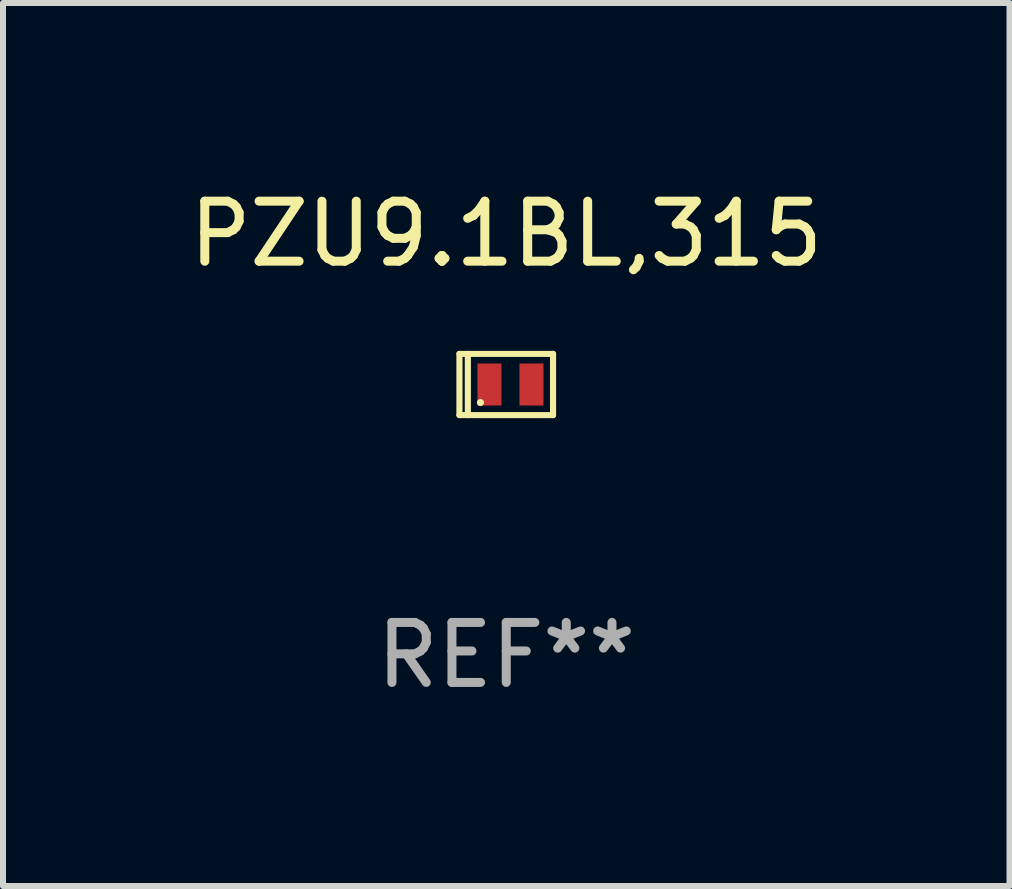
<source format=kicad_pcb>
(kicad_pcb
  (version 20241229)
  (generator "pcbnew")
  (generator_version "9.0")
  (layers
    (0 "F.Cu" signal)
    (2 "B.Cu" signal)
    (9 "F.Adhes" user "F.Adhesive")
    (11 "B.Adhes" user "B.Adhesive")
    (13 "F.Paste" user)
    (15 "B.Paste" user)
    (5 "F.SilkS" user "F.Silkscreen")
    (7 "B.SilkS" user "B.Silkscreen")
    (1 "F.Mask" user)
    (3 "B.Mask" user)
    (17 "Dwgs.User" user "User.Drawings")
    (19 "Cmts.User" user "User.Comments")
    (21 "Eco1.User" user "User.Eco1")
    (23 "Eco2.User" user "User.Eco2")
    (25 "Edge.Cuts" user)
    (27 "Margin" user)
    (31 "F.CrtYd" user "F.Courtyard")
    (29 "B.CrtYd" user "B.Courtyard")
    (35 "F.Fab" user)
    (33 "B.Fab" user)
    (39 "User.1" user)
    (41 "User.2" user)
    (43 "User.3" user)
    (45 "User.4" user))
  (footprint "PZU9.1BL,315"
    (layer "F.Cu")
    (at 5.387 3.358)
    (property "Reference" "PZU9.1BL,315" (at 0 -2.51 0) (layer "F.SilkS") (effects (font (size 1 1) (thickness 0.15))))
    (attr through_hole)
    (fp_line (start -0.78 -0.51) (end -0.78 0.51) (stroke (width 0.102) (type solid)) (layer "F.SilkS"))
    (fp_line (start -0.78 -0.51) (end 0.78 -0.51) (stroke (width 0.102) (type solid)) (layer "F.SilkS"))
    (fp_line (start -0.78 0.51) (end 0.78 0.51) (stroke (width 0.102) (type solid)) (layer "F.SilkS"))
    (fp_line (start -0.64 -0.51) (end -0.64 0.51) (stroke (width 0.102) (type solid)) (layer "F.SilkS"))
    (fp_line (start 0.78 -0.51) (end 0.78 0.51) (stroke (width 0.102) (type solid)) (layer "F.SilkS"))
    (fp_circle (center -0.43 0.3) (end -0.4 0.3) (stroke (width 0.06) (type solid)) (fill no) (layer "F.SilkS"))
    (fp_text user "REF**" (at 0 4.51 0) (layer "F.Fab") (effects (font (size 1 1) (thickness 0.15))))
    (pad "1" smd rect (at -0.28 0) (size 0.4 0.7) (layers "F.Cu" "F.Mask" "F.Paste"))
    (pad "2" smd rect (at 0.42 0) (size 0.4 0.7) (layers "F.Cu" "F.Mask" "F.Paste")))
  (gr_rect
    (start -3 -3)
    (end 13.774 11.716)
    (stroke (width 0.1) (type default))
    (fill no)
    (layer "Edge.Cuts")))
</source>
